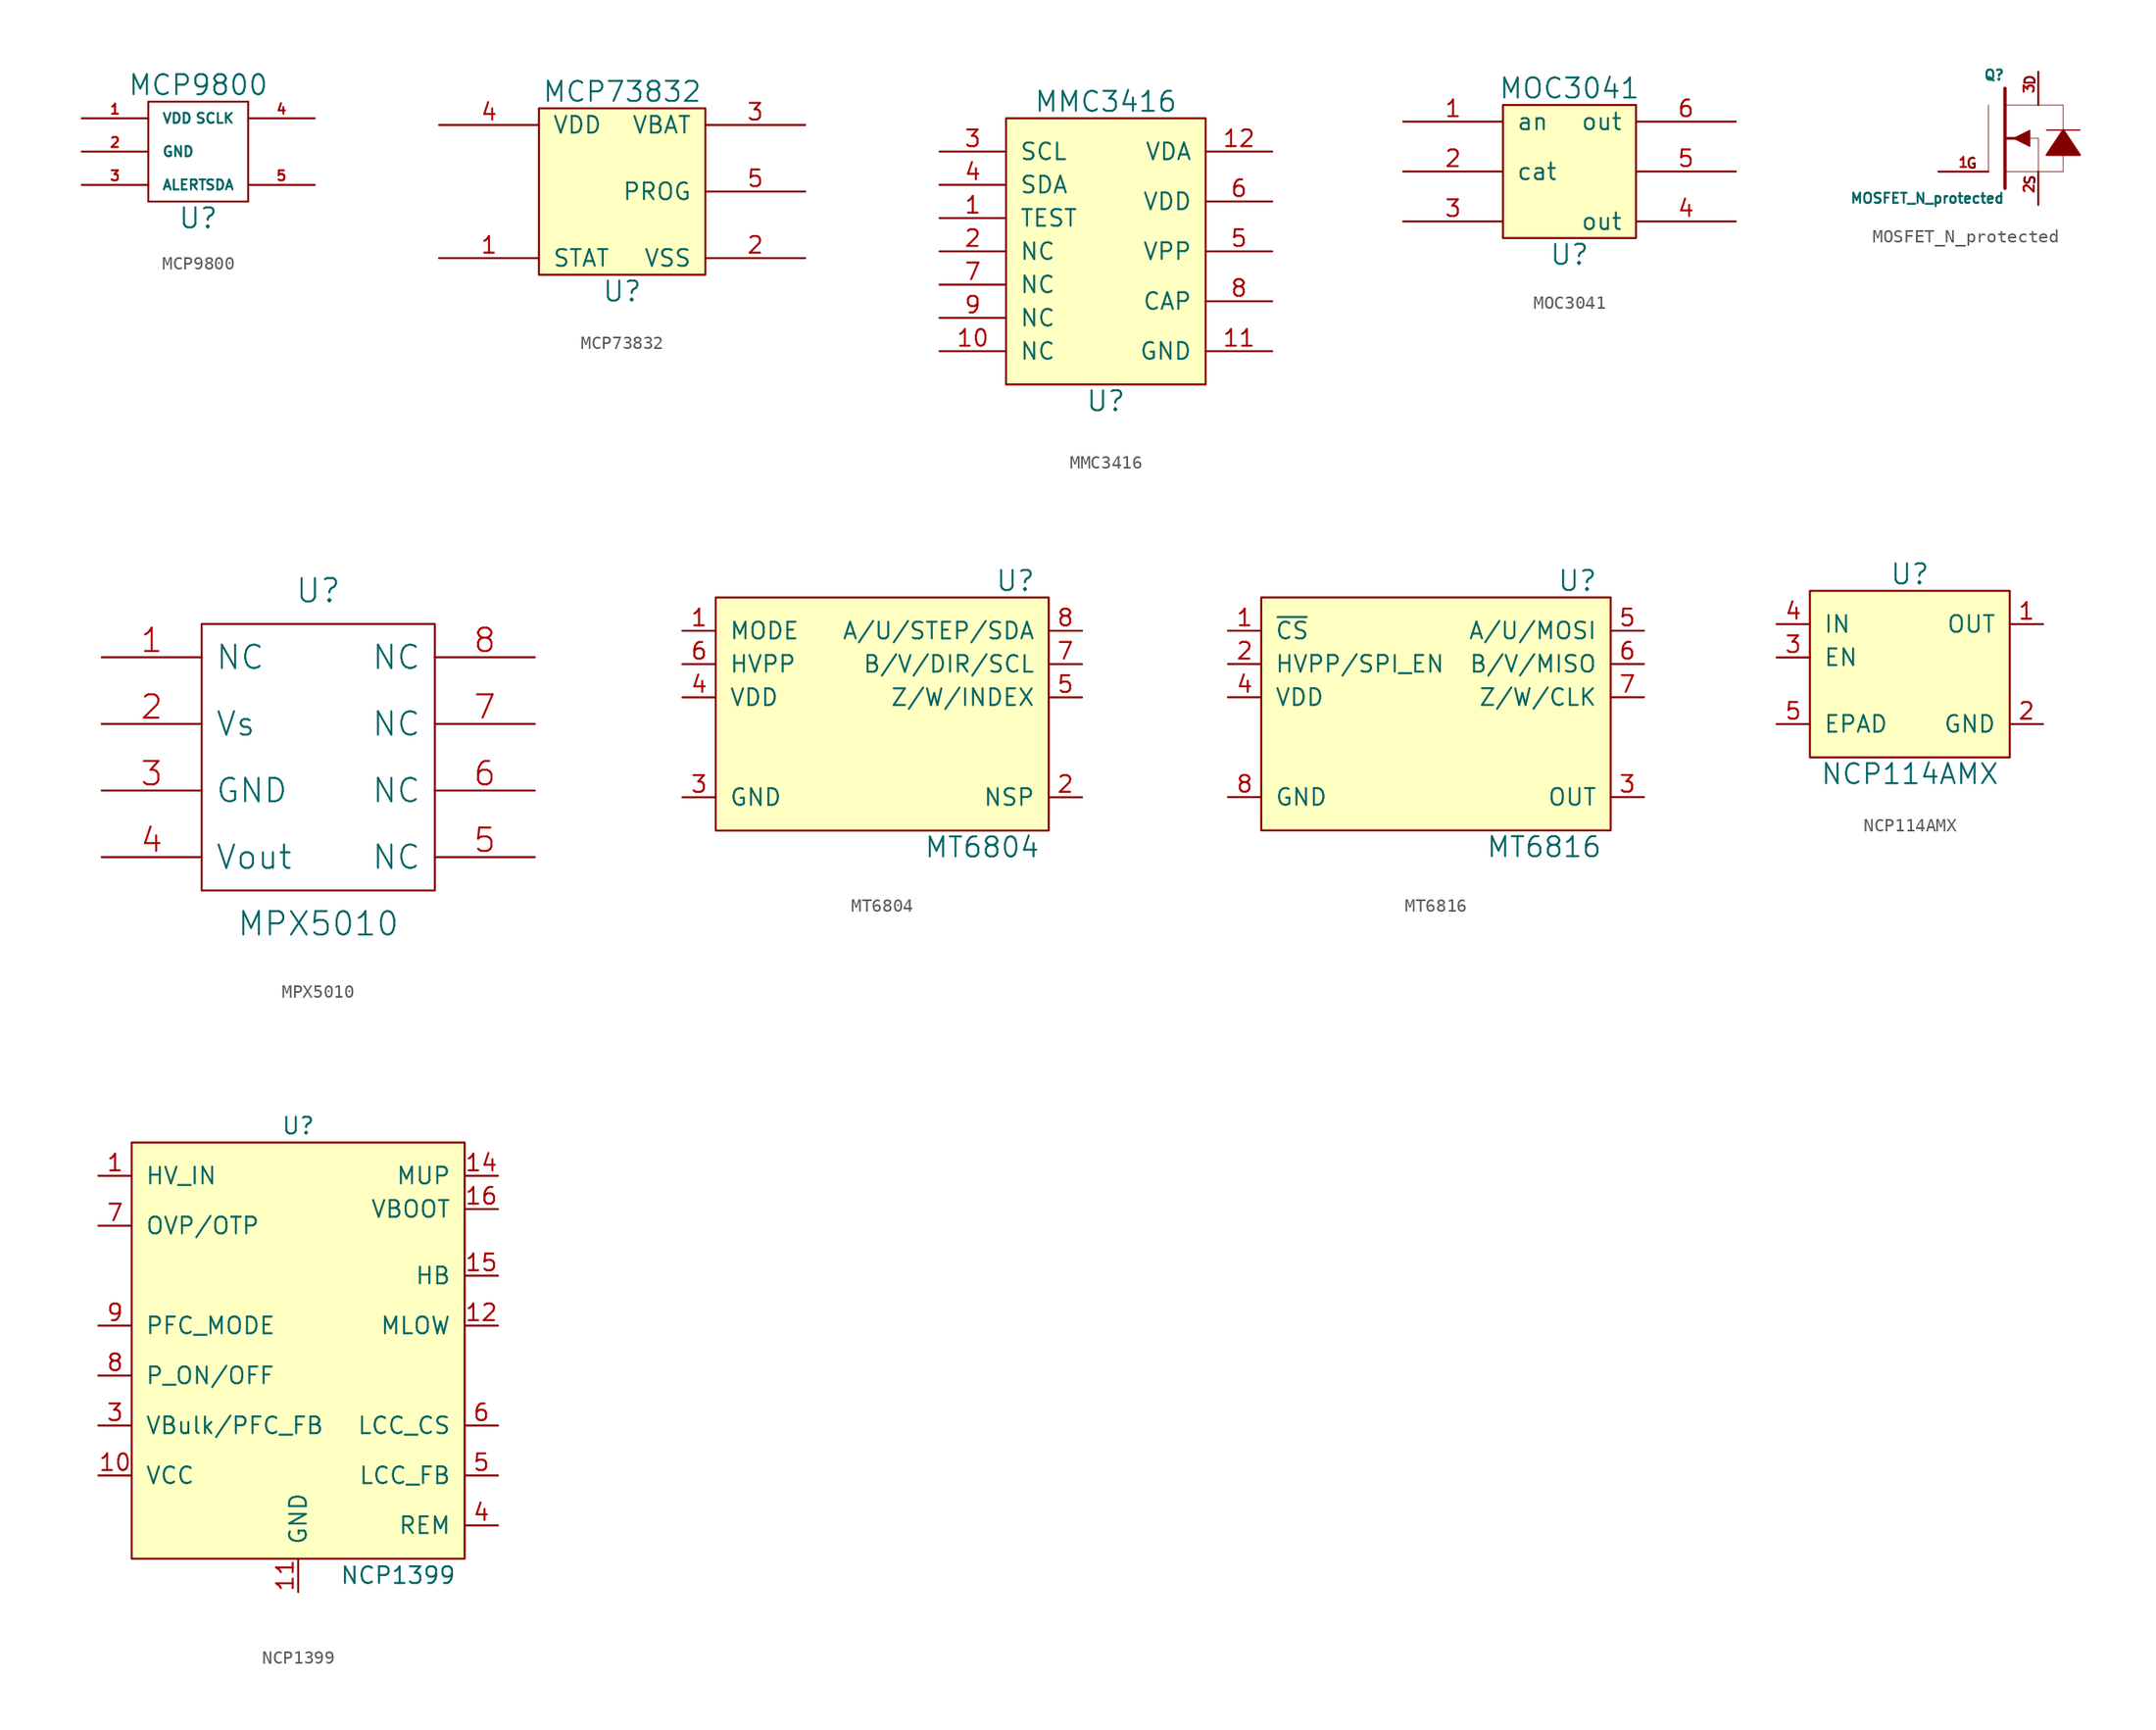
<source format=kicad_sym>
(kicad_symbol_lib
  (version 20211014)
  (generator kicad_symbol_editor)
  (symbol "MCP9800"
    (pin_names
      (offset 1.016))
    (property "Reference" "U"
      (at 0 -5.08 0)
      (effects (font (size 1.524 1.524))))
    (property "Value" "MCP9800"
      (at 0 5.08 0)
      (effects (font (size 1.524 1.524))))
    (property "Footprint" ""
      (at 0 0 0)
      (effects (font (size 1.524 1.524))))
    (property "Datasheet" ""
      (at 0 0 0)
      (effects (font (size 1.524 1.524))))
    (symbol "MCP9800_0_1"
      (rectangle (start 3.81 3.81) (end -3.81 -3.81) (stroke (width 0) (type default) (color 0 0 0 0)) (fill (type none))))
    (symbol "MCP9800_1_1"
      (pin bidirectional line (at -8.89 2.54 0) (length 5.08) (name "VDD" (effects (font (size 0.762 0.762)))) (number "1" (effects (font (size 0.762 0.762)))))
      (pin bidirectional line (at -8.89 0 0) (length 5.08) (name "GND" (effects (font (size 0.762 0.762)))) (number "2" (effects (font (size 0.762 0.762)))))
      (pin bidirectional line (at -8.89 -2.54 0) (length 5.08) (name "ALERT" (effects (font (size 0.762 0.762)))) (number "3" (effects (font (size 0.762 0.762)))))
      (pin bidirectional line (at 8.89 2.54 180) (length 5.08) (name "SCLK" (effects (font (size 0.762 0.762)))) (number "4" (effects (font (size 0.762 0.762)))))
      (pin bidirectional line (at 8.89 -2.54 180) (length 5.08) (name "SDA" (effects (font (size 0.762 0.762)))) (number "5" (effects (font (size 0.762 0.762)))))))
  (symbol "MCP73832"
    (pin_names
      (offset 1.016))
    (property "Reference" "U"
      (at 0 -7.62 0)
      (effects (font (size 1.524 1.524))))
    (property "Value" "MCP73832"
      (at 0 7.62 0)
      (effects (font (size 1.524 1.524))))
    (property "Datasheet" ""
      (at 0 0 0)
      (effects (font (size 1.524 1.524))))
    (symbol "MCP73832_0_1"
      (rectangle (start -6.35 6.35) (end 6.35 -6.35) (stroke (width 0) (type default) (color 0 0 0 0)) (fill (type background))))
    (symbol "MCP73832_1_1"
      (pin output line (at -13.97 -5.08 0) (length 7.62) (name "STAT" (effects (font (size 1.27 1.27)))) (number "1" (effects (font (size 1.27 1.27)))))
      (pin input line (at 13.97 -5.08 180) (length 7.62) (name "VSS" (effects (font (size 1.27 1.27)))) (number "2" (effects (font (size 1.27 1.27)))))
      (pin input line (at 13.97 5.08 180) (length 7.62) (name "VBAT" (effects (font (size 1.27 1.27)))) (number "3" (effects (font (size 1.27 1.27)))))
      (pin input line (at -13.97 5.08 0) (length 7.62) (name "VDD" (effects (font (size 1.27 1.27)))) (number "4" (effects (font (size 1.27 1.27)))))
      (pin input line (at 13.97 0 180) (length 7.62) (name "PROG" (effects (font (size 1.27 1.27)))) (number "5" (effects (font (size 1.27 1.27)))))))
  (symbol "MMC3416"
    (pin_names
      (offset 1.016))
    (property "Reference" "U"
      (at 0 -11.43 0)
      (effects (font (size 1.524 1.524))))
    (property "Value" "MMC3416"
      (at 0 11.43 0)
      (effects (font (size 1.524 1.524))))
    (symbol "MMC3416_0_1"
      (rectangle (start -7.62 10.16) (end 7.62 -10.16) (stroke (width 0) (type default) (color 0 0 0 0)) (fill (type background))))
    (symbol "MMC3416_1_1"
      (pin input line (at -12.7 2.54 0) (length 5.08) (name "TEST" (effects (font (size 1.27 1.27)))) (number "1" (effects (font (size 1.27 1.27)))))
      (pin input line (at -12.7 -7.62 0) (length 5.08) (name "NC" (effects (font (size 1.27 1.27)))) (number "10" (effects (font (size 1.27 1.27)))))
      (pin input line (at 12.7 -7.62 180) (length 5.08) (name "GND" (effects (font (size 1.27 1.27)))) (number "11" (effects (font (size 1.27 1.27)))))
      (pin input line (at 12.7 7.62 180) (length 5.08) (name "VDA" (effects (font (size 1.27 1.27)))) (number "12" (effects (font (size 1.27 1.27)))))
      (pin input line (at -12.7 0 0) (length 5.08) (name "NC" (effects (font (size 1.27 1.27)))) (number "2" (effects (font (size 1.27 1.27)))))
      (pin input line (at -12.7 7.62 0) (length 5.08) (name "SCL" (effects (font (size 1.27 1.27)))) (number "3" (effects (font (size 1.27 1.27)))))
      (pin bidirectional line (at -12.7 5.08 0) (length 5.08) (name "SDA" (effects (font (size 1.27 1.27)))) (number "4" (effects (font (size 1.27 1.27)))))
      (pin input line (at 12.7 0 180) (length 5.08) (name "VPP" (effects (font (size 1.27 1.27)))) (number "5" (effects (font (size 1.27 1.27)))))
      (pin input line (at 12.7 3.81 180) (length 5.08) (name "VDD" (effects (font (size 1.27 1.27)))) (number "6" (effects (font (size 1.27 1.27)))))
      (pin input line (at -12.7 -2.54 0) (length 5.08) (name "NC" (effects (font (size 1.27 1.27)))) (number "7" (effects (font (size 1.27 1.27)))))
      (pin input line (at 12.7 -3.81 180) (length 5.08) (name "CAP" (effects (font (size 1.27 1.27)))) (number "8" (effects (font (size 1.27 1.27)))))
      (pin input line (at -12.7 -5.08 0) (length 5.08) (name "NC" (effects (font (size 1.27 1.27)))) (number "9" (effects (font (size 1.27 1.27)))))))
  (symbol "MOC3041"
    (pin_names
      (offset 1.016))
    (property "Reference" "U"
      (at 0 -6.35 0)
      (effects (font (size 1.524 1.524))))
    (property "Value" "MOC3041"
      (at 0 6.35 0)
      (effects (font (size 1.524 1.524))))
    (property "Footprint" ""
      (at 0 0 0)
      (effects (font (size 1.524 1.524))))
    (property "Datasheet" ""
      (at 0 0 0)
      (effects (font (size 1.524 1.524))))
    (symbol "MOC3041_0_1"
      (rectangle (start 5.08 5.08) (end -5.08 -5.08) (stroke (width 0) (type default) (color 0 0 0 0)) (fill (type background))))
    (symbol "MOC3041_1_1"
      (pin input line (at -12.7 3.81 0) (length 7.62) (name "an" (effects (font (size 1.27 1.27)))) (number "1" (effects (font (size 1.27 1.27)))))
      (pin input line (at -12.7 0 0) (length 7.62) (name "cat" (effects (font (size 1.27 1.27)))) (number "2" (effects (font (size 1.27 1.27)))))
      (pin input line (at -12.7 -3.81 0) (length 7.62) (name "~" (effects (font (size 1.27 1.27)))) (number "3" (effects (font (size 1.27 1.27)))))
      (pin output line (at 12.7 -3.81 180) (length 7.62) (name "out" (effects (font (size 1.27 1.27)))) (number "4" (effects (font (size 1.27 1.27)))))
      (pin unspecified line (at 12.7 0 180) (length 7.62) (name "~" (effects (font (size 1.27 1.27)))) (number "5" (effects (font (size 1.27 1.27)))))
      (pin output line (at 12.7 3.81 180) (length 7.62) (name "out" (effects (font (size 1.27 1.27)))) (number "6" (effects (font (size 1.27 1.27)))))))
  (symbol "MOSFET_N_protected"
    (pin_names
      (offset 1.016) hide)
    (property "Reference" "Q"
      (at 0 4.826 0)
      (effects (font (size 0.762 0.762)) (justify right)))
    (property "Value" "MOSFET_N_protected"
      (at 0 -4.572 0)
      (effects (font (size 0.762 0.762)) (justify right)))
    (property "Footprint" ""
      (at 0 0 0)
      (effects (font (size 1.524 1.524))))
    (property "Datasheet" ""
      (at 0 0 0)
      (effects (font (size 1.524 1.524))))
    (symbol "MOSFET_N_protected_0_0"
      (text "D" (at 1.905 4.445 900) (effects (font (size 0.762 0.762))))
      (text "G" (at -2.54 -1.905 0) (effects (font (size 0.762 0.762))))
      (text "S" (at 1.905 -3.175 900) (effects (font (size 0.762 0.762)))))
    (symbol "MOSFET_N_protected_0_1"
      (polyline (pts (xy -1.27 -2.54) (xy -1.27 2.54)) (stroke (width 0.051) (type default) (color 0 0 0 0)) (fill (type none)))
      (polyline (pts (xy 0 -3.81) (xy 0 3.81)) (stroke (width 0.254) (type default) (color 0 0 0 0)) (fill (type none)))
      (polyline (pts (xy 0.762 0) (xy 0 0)) (stroke (width 0.203) (type default) (color 0 0 0 0)) (fill (type none)))
      (polyline (pts (xy 2.54 -2.54) (xy 0 -2.54)) (stroke (width 0.051) (type default) (color 0 0 0 0)) (fill (type none)))
      (polyline (pts (xy 2.54 2.54) (xy 0 2.54)) (stroke (width 0.051) (type default) (color 0 0 0 0)) (fill (type none)))
      (polyline (pts (xy 1.905 0) (xy 2.54 0) (xy 2.54 0)) (stroke (width 0.051) (type default) (color 0 0 0 0)) (fill (type outline)))
      (polyline (pts (xy 2.54 -2.54) (xy 2.54 0) (xy 2.54 0)) (stroke (width 0.051) (type default) (color 0 0 0 0)) (fill (type none)))
      (polyline (pts (xy 3.175 0.635) (xy 5.715 0.635) (xy 5.715 0.635)) (stroke (width 0.102) (type default) (color 0 0 0 0)) (fill (type none)))
      (polyline (pts (xy 4.445 -2.54) (xy 2.54 -2.54) (xy 2.54 -2.54)) (stroke (width 0.051) (type default) (color 0 0 0 0)) (fill (type none)))
      (polyline (pts (xy 4.445 -1.27) (xy 4.445 -2.54) (xy 4.445 -2.54)) (stroke (width 0.051) (type default) (color 0 0 0 0)) (fill (type none)))
      (polyline (pts (xy 4.445 0.635) (xy 4.445 2.54) (xy 2.54 2.54) (xy 2.54 2.54)) (stroke (width 0.051) (type default) (color 0 0 0 0)) (fill (type none)))
      (polyline (pts (xy 1.905 0.635) (xy 0.635 0) (xy 1.905 -0.635) (xy 1.905 0.635) (xy 1.905 0.635)) (stroke (width 0.051) (type default) (color 0 0 0 0)) (fill (type outline)))
      (polyline (pts (xy 4.445 0.635) (xy 3.175 -1.27) (xy 5.715 -1.27) (xy 4.445 0.635) (xy 4.445 0.635)) (stroke (width 0) (type default) (color 0 0 0 0)) (fill (type outline))))
    (symbol "MOSFET_N_protected_1_1"
      (pin input line (at -5.08 -2.54 0) (length 3.81) (name "G" (effects (font (size 0.762 0.762)))) (number "1" (effects (font (size 0.762 0.762)))))
      (pin passive line (at 2.54 -5.08 90) (length 2.54) (name "S" (effects (font (size 0.762 0.762)))) (number "2" (effects (font (size 0.762 0.762)))))
      (pin passive line (at 2.54 5.08 270) (length 2.54) (name "D" (effects (font (size 0.762 0.762)))) (number "3" (effects (font (size 0.762 0.762)))))))
  (symbol "MPX5010"
    (pin_names
      (offset 1.016))
    (property "Reference" "U"
      (at 0 12.7 0)
      (effects (font (size 1.778 1.778))))
    (property "Value" "MPX5010"
      (at 0 -12.7 0)
      (effects (font (size 1.778 1.778))))
    (property "Footprint" ""
      (at 0 0 0)
      (effects (font (size 1.524 1.524))))
    (property "Datasheet" ""
      (at 0 0 0)
      (effects (font (size 1.524 1.524))))
    (symbol "MPX5010_0_1"
      (rectangle (start -8.89 10.16) (end 8.89 -10.16) (stroke (width 0) (type default) (color 0 0 0 0)) (fill (type none))))
    (symbol "MPX5010_1_1"
      (pin passive line (at -16.51 7.62 0) (length 7.62) (name "NC" (effects (font (size 1.778 1.778)))) (number "1" (effects (font (size 1.778 1.778)))))
      (pin power_in line (at -16.51 2.54 0) (length 7.62) (name "Vs" (effects (font (size 1.778 1.778)))) (number "2" (effects (font (size 1.778 1.778)))))
      (pin power_in line (at -16.51 -2.54 0) (length 7.62) (name "GND" (effects (font (size 1.778 1.778)))) (number "3" (effects (font (size 1.778 1.778)))))
      (pin output line (at -16.51 -7.62 0) (length 7.62) (name "Vout" (effects (font (size 1.778 1.778)))) (number "4" (effects (font (size 1.778 1.778)))))
      (pin input line (at 16.51 -7.62 180) (length 7.62) (name "NC" (effects (font (size 1.778 1.778)))) (number "5" (effects (font (size 1.778 1.778)))))
      (pin input line (at 16.51 -2.54 180) (length 7.62) (name "NC" (effects (font (size 1.778 1.778)))) (number "6" (effects (font (size 1.778 1.778)))))
      (pin input line (at 16.51 2.54 180) (length 7.62) (name "NC" (effects (font (size 1.778 1.778)))) (number "7" (effects (font (size 1.778 1.778)))))
      (pin input line (at 16.51 7.62 180) (length 7.62) (name "NC" (effects (font (size 1.778 1.778)))) (number "8" (effects (font (size 1.778 1.778)))))))
  (symbol "MT6804"
    (pin_names
      (offset 1.016))
    (property "Reference" "U"
      (at 11.43 8.89 0)
      (effects (font (size 1.524 1.524))))
    (property "Value" "MT6804"
      (at 8.89 -11.43 0)
      (effects (font (size 1.524 1.524))))
    (symbol "MT6804_0_1"
      (rectangle (start -11.43 7.62) (end 13.97 -10.16) (stroke (width 0) (type default) (color 0 0 0 0)) (fill (type background))))
    (symbol "MT6804_1_1"
      (pin input line (at -13.97 5.08 0) (length 2.54) (name "MODE" (effects (font (size 1.27 1.27)))) (number "1" (effects (font (size 1.27 1.27)))))
      (pin input line (at 16.51 -7.62 180) (length 2.54) (name "NSP" (effects (font (size 1.27 1.27)))) (number "2" (effects (font (size 1.27 1.27)))))
      (pin input line (at -13.97 -7.62 0) (length 2.54) (name "GND" (effects (font (size 1.27 1.27)))) (number "3" (effects (font (size 1.27 1.27)))))
      (pin input line (at -13.97 0 0) (length 2.54) (name "VDD" (effects (font (size 1.27 1.27)))) (number "4" (effects (font (size 1.27 1.27)))))
      (pin input line (at 16.51 0 180) (length 2.54) (name "Z/W/INDEX" (effects (font (size 1.27 1.27)))) (number "5" (effects (font (size 1.27 1.27)))))
      (pin input line (at -13.97 2.54 0) (length 2.54) (name "HVPP" (effects (font (size 1.27 1.27)))) (number "6" (effects (font (size 1.27 1.27)))))
      (pin input line (at 16.51 2.54 180) (length 2.54) (name "B/V/DIR/SCL" (effects (font (size 1.27 1.27)))) (number "7" (effects (font (size 1.27 1.27)))))
      (pin input line (at 16.51 5.08 180) (length 2.54) (name "A/U/STEP/SDA" (effects (font (size 1.27 1.27)))) (number "8" (effects (font (size 1.27 1.27)))))))
  (symbol "MT6816"
    (pin_names
      (offset 1.016))
    (property "Reference" "U"
      (at 11.43 8.89 0)
      (effects (font (size 1.524 1.524))))
    (property "Value" "MT6816"
      (at 8.89 -11.43 0)
      (effects (font (size 1.524 1.524))))
    (symbol "MT6816_0_1"
      (rectangle (start -12.7 7.62) (end 13.97 -10.16) (stroke (width 0) (type default) (color 0 0 0 0)) (fill (type background))))
    (symbol "MT6816_1_1"
      (pin input line (at -15.24 5.08 0) (length 2.54) (name "~{CS}" (effects (font (size 1.27 1.27)))) (number "1" (effects (font (size 1.27 1.27)))))
      (pin input line (at -15.24 2.54 0) (length 2.54) (name "HVPP/SPI_EN" (effects (font (size 1.27 1.27)))) (number "2" (effects (font (size 1.27 1.27)))))
      (pin output line (at 16.51 -7.62 180) (length 2.54) (name "OUT" (effects (font (size 1.27 1.27)))) (number "3" (effects (font (size 1.27 1.27)))))
      (pin input line (at -15.24 0 0) (length 2.54) (name "VDD" (effects (font (size 1.27 1.27)))) (number "4" (effects (font (size 1.27 1.27)))))
      (pin input line (at 16.51 5.08 180) (length 2.54) (name "A/U/MOSI" (effects (font (size 1.27 1.27)))) (number "5" (effects (font (size 1.27 1.27)))))
      (pin output line (at 16.51 2.54 180) (length 2.54) (name "B/V/MISO" (effects (font (size 1.27 1.27)))) (number "6" (effects (font (size 1.27 1.27)))))
      (pin input line (at 16.51 0 180) (length 2.54) (name "Z/W/CLK" (effects (font (size 1.27 1.27)))) (number "7" (effects (font (size 1.27 1.27)))))
      (pin input line (at -15.24 -7.62 0) (length 2.54) (name "GND" (effects (font (size 1.27 1.27)))) (number "8" (effects (font (size 1.27 1.27)))))))
  (symbol "NCP114AMX"
    (pin_names
      (offset 1.016))
    (property "Reference" "U"
      (at 0 7.62 0)
      (effects (font (size 1.524 1.524))))
    (property "Value" "NCP114AMX"
      (at 0 -7.62 0)
      (effects (font (size 1.524 1.524))))
    (symbol "NCP114AMX_0_1"
      (rectangle (start -7.62 6.35) (end 7.62 -6.35) (stroke (width 0) (type default) (color 0 0 0 0)) (fill (type background))))
    (symbol "NCP114AMX_1_1"
      (pin power_out line (at 10.16 3.81 180) (length 2.54) (name "OUT" (effects (font (size 1.27 1.27)))) (number "1" (effects (font (size 1.27 1.27)))))
      (pin input line (at 10.16 -3.81 180) (length 2.54) (name "GND" (effects (font (size 1.27 1.27)))) (number "2" (effects (font (size 1.27 1.27)))))
      (pin input line (at -10.16 1.27 0) (length 2.54) (name "EN" (effects (font (size 1.27 1.27)))) (number "3" (effects (font (size 1.27 1.27)))))
      (pin input line (at -10.16 3.81 0) (length 2.54) (name "IN" (effects (font (size 1.27 1.27)))) (number "4" (effects (font (size 1.27 1.27)))))
      (pin passive line (at -10.16 -3.81 0) (length 2.54) (name "EPAD" (effects (font (size 1.27 1.27)))) (number "5" (effects (font (size 1.27 1.27)))))))
  (symbol "NCP1399"
    (pin_names
      (offset 1.016))
    (property "Reference" "U"
      (at 0 17.78 0)
      (effects (font (size 1.27 1.27))))
    (property "Value" "NCP1399"
      (at 7.62 -16.51 0)
      (effects (font (size 1.27 1.27))))
    (symbol "NCP1399_0_1"
      (rectangle (start -12.7 16.51) (end 12.7 -15.24) (stroke (width 0) (type default) (color 0 0 0 0)) (fill (type background))))
    (symbol "NCP1399_1_1"
      (pin input line (at -15.24 13.97 0) (length 2.54) (name "HV_IN" (effects (font (size 1.27 1.27)))) (number "1" (effects (font (size 1.27 1.27)))))
      (pin input line (at -15.24 -8.89 0) (length 2.54) (name "VCC" (effects (font (size 1.27 1.27)))) (number "10" (effects (font (size 1.27 1.27)))))
      (pin input line (at 0 -17.78 90) (length 2.54) (name "GND" (effects (font (size 1.27 1.27)))) (number "11" (effects (font (size 1.27 1.27)))))
      (pin output line (at 15.24 2.54 180) (length 2.54) (name "MLOW" (effects (font (size 1.27 1.27)))) (number "12" (effects (font (size 1.27 1.27)))))
      (pin output line (at 15.24 13.97 180) (length 2.54) (name "MUP" (effects (font (size 1.27 1.27)))) (number "14" (effects (font (size 1.27 1.27)))))
      (pin input line (at 15.24 6.35 180) (length 2.54) (name "HB" (effects (font (size 1.27 1.27)))) (number "15" (effects (font (size 1.27 1.27)))))
      (pin input line (at 15.24 11.43 180) (length 2.54) (name "VBOOT" (effects (font (size 1.27 1.27)))) (number "16" (effects (font (size 1.27 1.27)))))
      (pin input line (at -15.24 -5.08 0) (length 2.54) (name "VBulk/PFC_FB" (effects (font (size 1.27 1.27)))) (number "3" (effects (font (size 1.27 1.27)))))
      (pin input line (at 15.24 -12.7 180) (length 2.54) (name "REM" (effects (font (size 1.27 1.27)))) (number "4" (effects (font (size 1.27 1.27)))))
      (pin input line (at 15.24 -8.89 180) (length 2.54) (name "LCC_FB" (effects (font (size 1.27 1.27)))) (number "5" (effects (font (size 1.27 1.27)))))
      (pin input line (at 15.24 -5.08 180) (length 2.54) (name "LCC_CS" (effects (font (size 1.27 1.27)))) (number "6" (effects (font (size 1.27 1.27)))))
      (pin input line (at -15.24 10.16 0) (length 2.54) (name "OVP/OTP" (effects (font (size 1.27 1.27)))) (number "7" (effects (font (size 1.27 1.27)))))
      (pin input line (at -15.24 -1.27 0) (length 2.54) (name "P_ON/OFF" (effects (font (size 1.27 1.27)))) (number "8" (effects (font (size 1.27 1.27)))))
      (pin input line (at -15.24 2.54 0) (length 2.54) (name "PFC_MODE" (effects (font (size 1.27 1.27)))) (number "9" (effects (font (size 1.27 1.27))))))))
</source>
